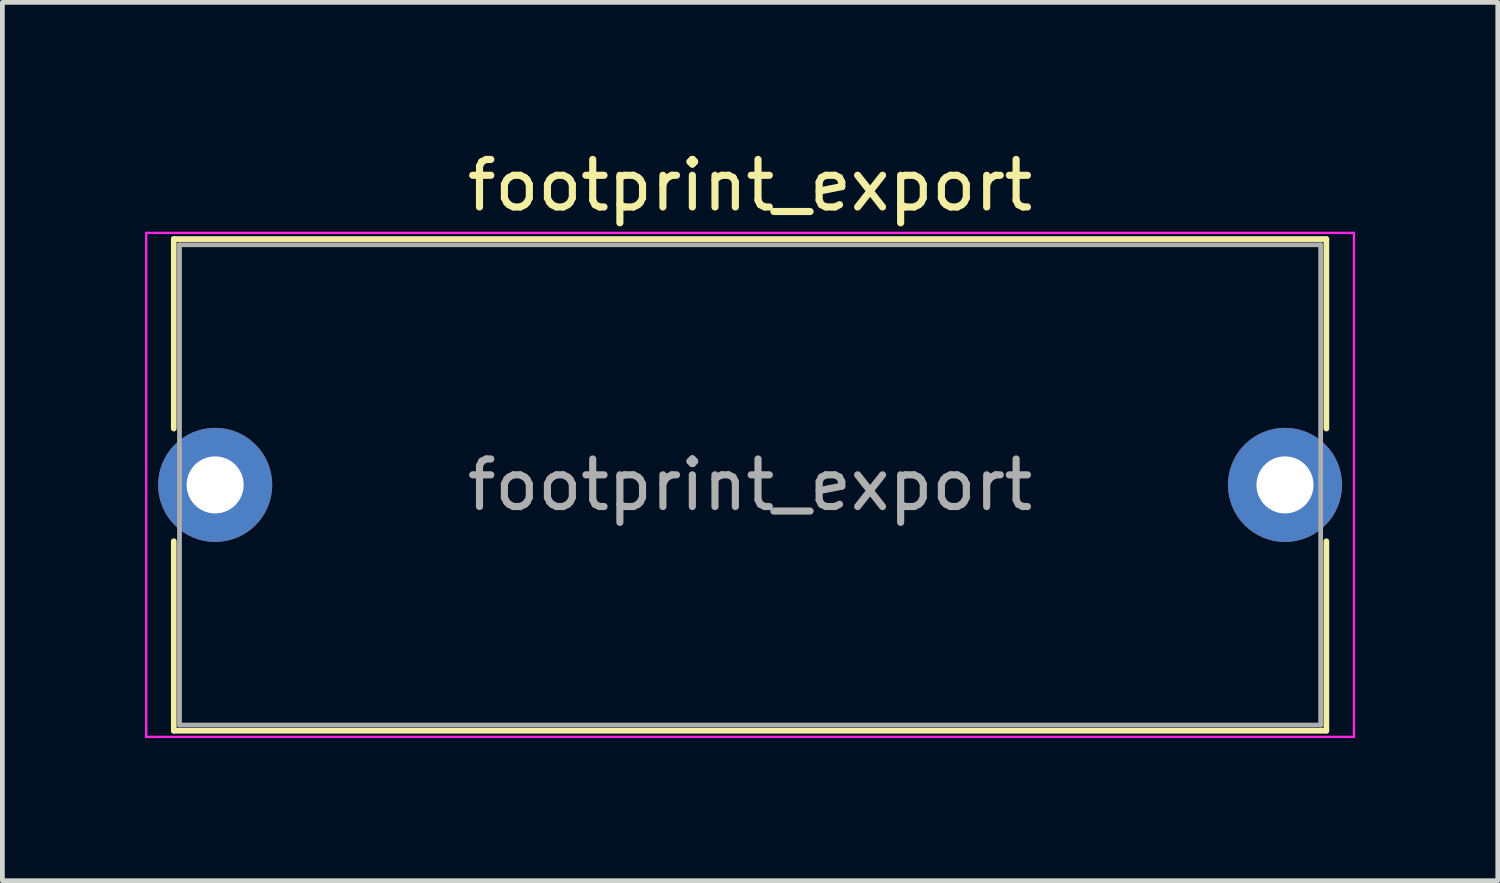
<source format=kicad_pcb>
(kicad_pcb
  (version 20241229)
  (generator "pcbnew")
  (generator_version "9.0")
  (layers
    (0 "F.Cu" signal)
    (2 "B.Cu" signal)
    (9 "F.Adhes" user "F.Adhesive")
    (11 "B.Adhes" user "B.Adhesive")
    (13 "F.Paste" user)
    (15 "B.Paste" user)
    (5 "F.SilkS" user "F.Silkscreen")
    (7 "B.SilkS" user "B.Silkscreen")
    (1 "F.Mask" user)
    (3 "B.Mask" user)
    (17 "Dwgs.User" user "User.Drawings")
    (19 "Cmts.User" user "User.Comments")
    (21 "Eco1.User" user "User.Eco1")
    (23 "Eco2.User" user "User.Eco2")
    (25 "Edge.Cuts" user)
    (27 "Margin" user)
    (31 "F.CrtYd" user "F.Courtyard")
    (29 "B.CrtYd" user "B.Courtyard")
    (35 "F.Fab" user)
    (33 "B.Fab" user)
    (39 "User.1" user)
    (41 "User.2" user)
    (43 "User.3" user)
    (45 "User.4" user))
  (footprint "footprint_export"
    (layer "F.Cu")
    (at 1.475 7.148)
    (property "Reference" "footprint_export" (at 11.25 -6.3 0) (layer "F.SilkS") (effects (font (size 1 1) (thickness 0.15))))
    (attr through_hole)
    (fp_line (start -0.87 -5.17) (end -0.87 -1.185) (stroke (width 0.12) (type solid)) (layer "F.SilkS"))
    (fp_line (start -0.87 -5.17) (end 23.37 -5.17) (stroke (width 0.12) (type solid)) (layer "F.SilkS"))
    (fp_line (start -0.87 1.185) (end -0.87 5.17) (stroke (width 0.12) (type solid)) (layer "F.SilkS"))
    (fp_line (start -0.87 5.17) (end 23.37 5.17) (stroke (width 0.12) (type solid)) (layer "F.SilkS"))
    (fp_line (start 23.37 -5.17) (end 23.37 -1.185) (stroke (width 0.12) (type solid)) (layer "F.SilkS"))
    (fp_line (start 23.37 1.185) (end 23.37 5.17) (stroke (width 0.12) (type solid)) (layer "F.SilkS"))
    (fp_line (start -1.45 -5.3) (end -1.45 5.3) (stroke (width 0.05) (type solid)) (layer "F.CrtYd"))
    (fp_line (start -1.45 5.3) (end 23.95 5.3) (stroke (width 0.05) (type solid)) (layer "F.CrtYd"))
    (fp_line (start 23.95 -5.3) (end -1.45 -5.3) (stroke (width 0.05) (type solid)) (layer "F.CrtYd"))
    (fp_line (start 23.95 5.3) (end 23.95 -5.3) (stroke (width 0.05) (type solid)) (layer "F.CrtYd"))
    (fp_line (start -0.75 -5.05) (end -0.75 5.05) (stroke (width 0.1) (type solid)) (layer "F.Fab"))
    (fp_line (start -0.75 5.05) (end 23.25 5.05) (stroke (width 0.1) (type solid)) (layer "F.Fab"))
    (fp_line (start 23.25 -5.05) (end -0.75 -5.05) (stroke (width 0.1) (type solid)) (layer "F.Fab"))
    (fp_line (start 23.25 5.05) (end 23.25 -5.05) (stroke (width 0.1) (type solid)) (layer "F.Fab"))
    (fp_text user "${REFERENCE}" (at 11.25 0 0) (layer "F.Fab") (effects (font (size 1 1) (thickness 0.15))))
    (pad "1" thru_hole circle (at 0 0) (size 2.4 2.4) (drill 1.2) (layers "*.Cu" "*.Mask"))
    (pad "2" thru_hole circle (at 22.5 0) (size 2.4 2.4) (drill 1.2) (layers "*.Cu" "*.Mask")))
  (gr_rect
    (start -3 -3)
    (end 28.45 15.473)
    (stroke (width 0.1) (type default))
    (fill no)
    (layer "Edge.Cuts")))
</source>
